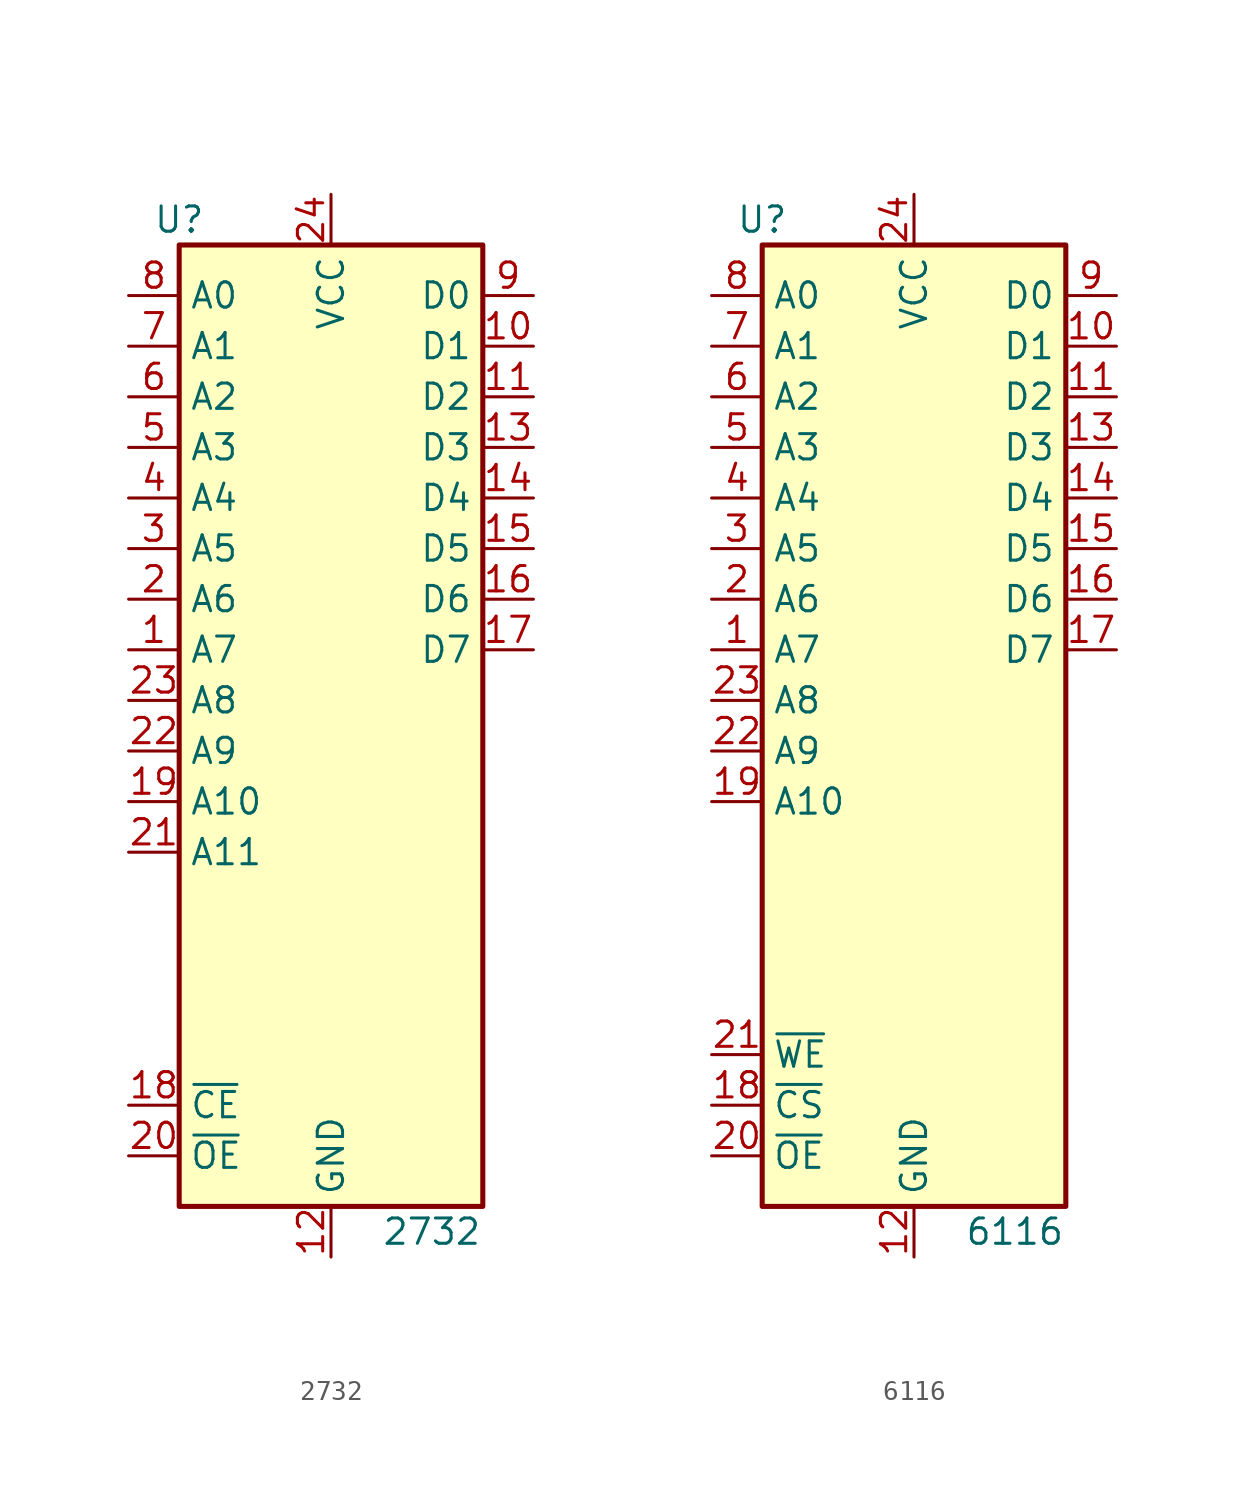
<source format=kicad_sym>
(kicad_symbol_lib
  (version 20211014)
  (generator kicad_symbol_editor)
  (symbol "2732"
    (property "Reference" "U"
      (at -7.62 24.13 0)
      (effects (font (size 1.27 1.27))))
    (property "Value" "2732"
      (at 2.54 -26.67 0)
      (effects (font (size 1.27 1.27)) (justify left)))
    (symbol "2732_0_0"
      (pin input line (at -10.16 -2.54 0) (length 2.54) (name "A9" (effects (font (size 1.27 1.27)))) (number "22" (effects (font (size 1.27 1.27)))))
      (pin input line (at -10.16 0 0) (length 2.54) (name "A8" (effects (font (size 1.27 1.27)))) (number "23" (effects (font (size 1.27 1.27))))))
    (symbol "2732_1_1"
      (rectangle (start -7.62 22.86) (end 7.62 -25.4) (stroke (width 0.254) (type default) (color 0 0 0 0)) (fill (type background)))
      (pin input line (at -10.16 2.54 0) (length 2.54) (name "A7" (effects (font (size 1.27 1.27)))) (number "1" (effects (font (size 1.27 1.27)))))
      (pin tri_state line (at 10.16 17.78 180) (length 2.54) (name "D1" (effects (font (size 1.27 1.27)))) (number "10" (effects (font (size 1.27 1.27)))))
      (pin tri_state line (at 10.16 15.24 180) (length 2.54) (name "D2" (effects (font (size 1.27 1.27)))) (number "11" (effects (font (size 1.27 1.27)))))
      (pin power_in line (at 0 -27.94 90) (length 2.54) (name "GND" (effects (font (size 1.27 1.27)))) (number "12" (effects (font (size 1.27 1.27)))))
      (pin tri_state line (at 10.16 12.7 180) (length 2.54) (name "D3" (effects (font (size 1.27 1.27)))) (number "13" (effects (font (size 1.27 1.27)))))
      (pin tri_state line (at 10.16 10.16 180) (length 2.54) (name "D4" (effects (font (size 1.27 1.27)))) (number "14" (effects (font (size 1.27 1.27)))))
      (pin tri_state line (at 10.16 7.62 180) (length 2.54) (name "D5" (effects (font (size 1.27 1.27)))) (number "15" (effects (font (size 1.27 1.27)))))
      (pin tri_state line (at 10.16 5.08 180) (length 2.54) (name "D6" (effects (font (size 1.27 1.27)))) (number "16" (effects (font (size 1.27 1.27)))))
      (pin tri_state line (at 10.16 2.54 180) (length 2.54) (name "D7" (effects (font (size 1.27 1.27)))) (number "17" (effects (font (size 1.27 1.27)))))
      (pin input line (at -10.16 -20.32 0) (length 2.54) (name "~{CE}" (effects (font (size 1.27 1.27)))) (number "18" (effects (font (size 1.27 1.27)))))
      (pin input line (at -10.16 -5.08 0) (length 2.54) (name "A10" (effects (font (size 1.27 1.27)))) (number "19" (effects (font (size 1.27 1.27)))))
      (pin input line (at -10.16 5.08 0) (length 2.54) (name "A6" (effects (font (size 1.27 1.27)))) (number "2" (effects (font (size 1.27 1.27)))))
      (pin input line (at -10.16 -22.86 0) (length 2.54) (name "~{OE}" (effects (font (size 1.27 1.27)))) (number "20" (effects (font (size 1.27 1.27)))))
      (pin input line (at -10.16 -7.62 0) (length 2.54) (name "A11" (effects (font (size 1.27 1.27)))) (number "21" (effects (font (size 1.27 1.27)))))
      (pin power_in line (at 0 25.4 270) (length 2.54) (name "VCC" (effects (font (size 1.27 1.27)))) (number "24" (effects (font (size 1.27 1.27)))))
      (pin input line (at -10.16 7.62 0) (length 2.54) (name "A5" (effects (font (size 1.27 1.27)))) (number "3" (effects (font (size 1.27 1.27)))))
      (pin input line (at -10.16 10.16 0) (length 2.54) (name "A4" (effects (font (size 1.27 1.27)))) (number "4" (effects (font (size 1.27 1.27)))))
      (pin input line (at -10.16 12.7 0) (length 2.54) (name "A3" (effects (font (size 1.27 1.27)))) (number "5" (effects (font (size 1.27 1.27)))))
      (pin input line (at -10.16 15.24 0) (length 2.54) (name "A2" (effects (font (size 1.27 1.27)))) (number "6" (effects (font (size 1.27 1.27)))))
      (pin input line (at -10.16 17.78 0) (length 2.54) (name "A1" (effects (font (size 1.27 1.27)))) (number "7" (effects (font (size 1.27 1.27)))))
      (pin input line (at -10.16 20.32 0) (length 2.54) (name "A0" (effects (font (size 1.27 1.27)))) (number "8" (effects (font (size 1.27 1.27)))))
      (pin tri_state line (at 10.16 20.32 180) (length 2.54) (name "D0" (effects (font (size 1.27 1.27)))) (number "9" (effects (font (size 1.27 1.27)))))))
  (symbol "6116"
    (property "Reference" "U"
      (at -7.62 24.13 0)
      (effects (font (size 1.27 1.27))))
    (property "Value" "6116"
      (at 2.54 -26.67 0)
      (effects (font (size 1.27 1.27)) (justify left)))
    (symbol "6116_0_0"
      (pin input line (at -10.16 -2.54 0) (length 2.54) (name "A9" (effects (font (size 1.27 1.27)))) (number "22" (effects (font (size 1.27 1.27)))))
      (pin input line (at -10.16 0 0) (length 2.54) (name "A8" (effects (font (size 1.27 1.27)))) (number "23" (effects (font (size 1.27 1.27))))))
    (symbol "6116_1_1"
      (rectangle (start -7.62 22.86) (end 7.62 -25.4) (stroke (width 0.254) (type default) (color 0 0 0 0)) (fill (type background)))
      (pin input line (at -10.16 2.54 0) (length 2.54) (name "A7" (effects (font (size 1.27 1.27)))) (number "1" (effects (font (size 1.27 1.27)))))
      (pin tri_state line (at 10.16 17.78 180) (length 2.54) (name "D1" (effects (font (size 1.27 1.27)))) (number "10" (effects (font (size 1.27 1.27)))))
      (pin tri_state line (at 10.16 15.24 180) (length 2.54) (name "D2" (effects (font (size 1.27 1.27)))) (number "11" (effects (font (size 1.27 1.27)))))
      (pin power_in line (at 0 -27.94 90) (length 2.54) (name "GND" (effects (font (size 1.27 1.27)))) (number "12" (effects (font (size 1.27 1.27)))))
      (pin tri_state line (at 10.16 12.7 180) (length 2.54) (name "D3" (effects (font (size 1.27 1.27)))) (number "13" (effects (font (size 1.27 1.27)))))
      (pin tri_state line (at 10.16 10.16 180) (length 2.54) (name "D4" (effects (font (size 1.27 1.27)))) (number "14" (effects (font (size 1.27 1.27)))))
      (pin tri_state line (at 10.16 7.62 180) (length 2.54) (name "D5" (effects (font (size 1.27 1.27)))) (number "15" (effects (font (size 1.27 1.27)))))
      (pin tri_state line (at 10.16 5.08 180) (length 2.54) (name "D6" (effects (font (size 1.27 1.27)))) (number "16" (effects (font (size 1.27 1.27)))))
      (pin tri_state line (at 10.16 2.54 180) (length 2.54) (name "D7" (effects (font (size 1.27 1.27)))) (number "17" (effects (font (size 1.27 1.27)))))
      (pin input line (at -10.16 -20.32 0) (length 2.54) (name "~{CS}" (effects (font (size 1.27 1.27)))) (number "18" (effects (font (size 1.27 1.27)))))
      (pin input line (at -10.16 -5.08 0) (length 2.54) (name "A10" (effects (font (size 1.27 1.27)))) (number "19" (effects (font (size 1.27 1.27)))))
      (pin input line (at -10.16 5.08 0) (length 2.54) (name "A6" (effects (font (size 1.27 1.27)))) (number "2" (effects (font (size 1.27 1.27)))))
      (pin input line (at -10.16 -22.86 0) (length 2.54) (name "~{OE}" (effects (font (size 1.27 1.27)))) (number "20" (effects (font (size 1.27 1.27)))))
      (pin input line (at -10.16 -17.78 0) (length 2.54) (name "~{WE}" (effects (font (size 1.27 1.27)))) (number "21" (effects (font (size 1.27 1.27)))))
      (pin power_in line (at 0 25.4 270) (length 2.54) (name "VCC" (effects (font (size 1.27 1.27)))) (number "24" (effects (font (size 1.27 1.27)))))
      (pin input line (at -10.16 7.62 0) (length 2.54) (name "A5" (effects (font (size 1.27 1.27)))) (number "3" (effects (font (size 1.27 1.27)))))
      (pin input line (at -10.16 10.16 0) (length 2.54) (name "A4" (effects (font (size 1.27 1.27)))) (number "4" (effects (font (size 1.27 1.27)))))
      (pin input line (at -10.16 12.7 0) (length 2.54) (name "A3" (effects (font (size 1.27 1.27)))) (number "5" (effects (font (size 1.27 1.27)))))
      (pin input line (at -10.16 15.24 0) (length 2.54) (name "A2" (effects (font (size 1.27 1.27)))) (number "6" (effects (font (size 1.27 1.27)))))
      (pin input line (at -10.16 17.78 0) (length 2.54) (name "A1" (effects (font (size 1.27 1.27)))) (number "7" (effects (font (size 1.27 1.27)))))
      (pin input line (at -10.16 20.32 0) (length 2.54) (name "A0" (effects (font (size 1.27 1.27)))) (number "8" (effects (font (size 1.27 1.27)))))
      (pin tri_state line (at 10.16 20.32 180) (length 2.54) (name "D0" (effects (font (size 1.27 1.27)))) (number "9" (effects (font (size 1.27 1.27))))))))
</source>
